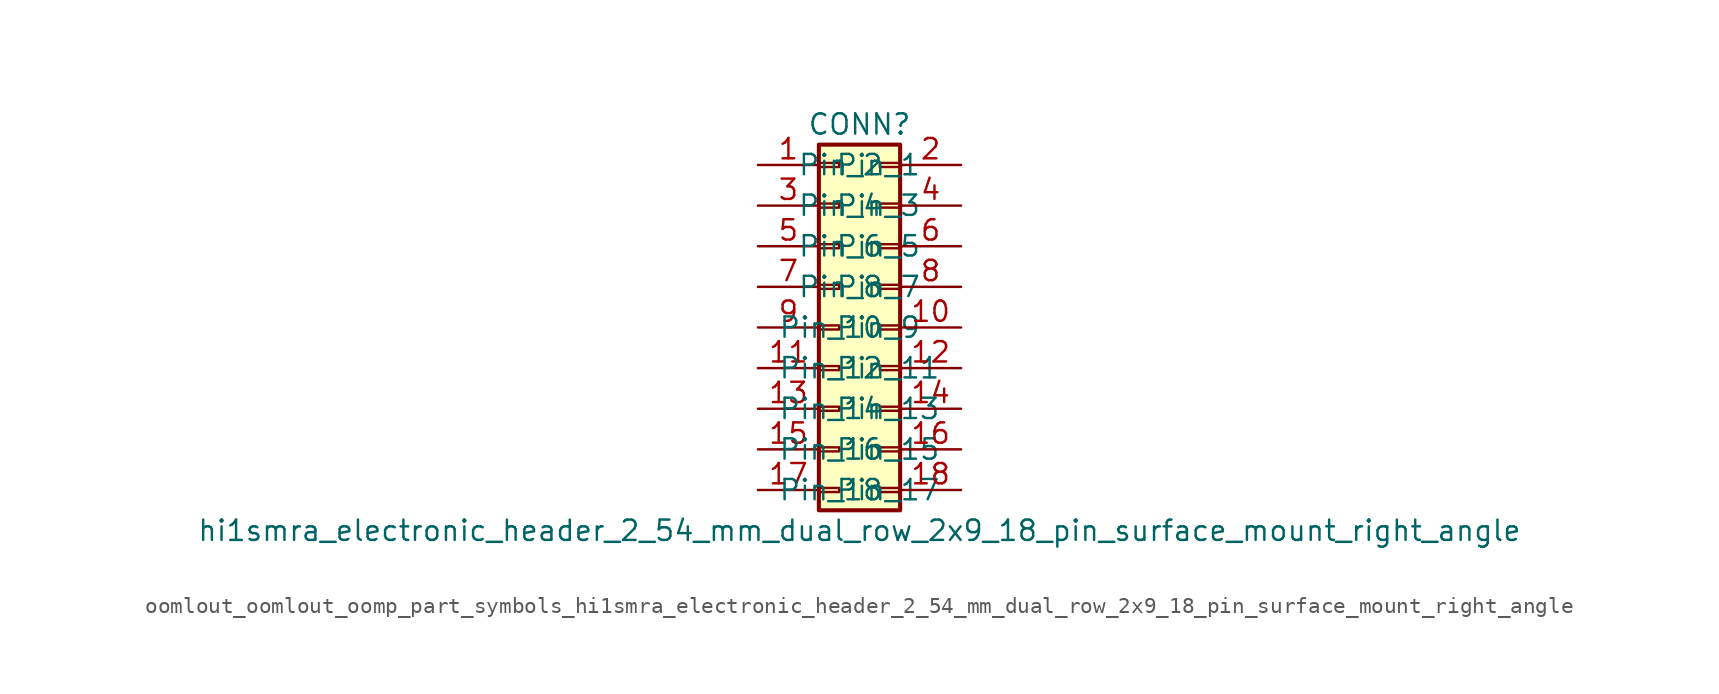
<source format=kicad_sym>
(kicad_symbol_lib
  (version 20220914)
  (generator kicad_symbol_editor)
  (symbol "oomlout_oomlout_oomp_part_symbols_hi1smra_electronic_header_2_54_mm_dual_row_2x9_18_pin_surface_mount_right_angle"
    (pin_names
      (offset 1.016))
    (property "Reference" "CONN"
      (at 1.27 12.7 0)
      (effects (font (size 1.27 1.27))))
    (property "Value" "hi1smra_electronic_header_2_54_mm_dual_row_2x9_18_pin_surface_mount_right_angle"
      (at 1.27 -12.7 0)
      (effects (font (size 1.27 1.27))))
    (symbol "oomlout_oomlout_oomp_part_symbols_hi1smra_electronic_header_2_54_mm_dual_row_2x9_18_pin_surface_mount_right_angle_1_1"
      (rectangle (start -1.27 -10.033) (end 0 -10.287) (stroke (width 0.152) (type default)) (fill (type none)))
      (rectangle (start -1.27 -7.493) (end 0 -7.747) (stroke (width 0.152) (type default)) (fill (type none)))
      (rectangle (start -1.27 -4.953) (end 0 -5.207) (stroke (width 0.152) (type default)) (fill (type none)))
      (rectangle (start -1.27 -2.413) (end 0 -2.667) (stroke (width 0.152) (type default)) (fill (type none)))
      (rectangle (start -1.27 0.127) (end 0 -0.127) (stroke (width 0.152) (type default)) (fill (type none)))
      (rectangle (start -1.27 2.667) (end 0 2.413) (stroke (width 0.152) (type default)) (fill (type none)))
      (rectangle (start -1.27 5.207) (end 0 4.953) (stroke (width 0.152) (type default)) (fill (type none)))
      (rectangle (start -1.27 7.747) (end 0 7.493) (stroke (width 0.152) (type default)) (fill (type none)))
      (rectangle (start -1.27 10.287) (end 0 10.033) (stroke (width 0.152) (type default)) (fill (type none)))
      (rectangle (start -1.27 11.43) (end 3.81 -11.43) (stroke (width 0.254) (type default)) (fill (type background)))
      (rectangle (start 3.81 -10.033) (end 2.54 -10.287) (stroke (width 0.152) (type default)) (fill (type none)))
      (rectangle (start 3.81 -7.493) (end 2.54 -7.747) (stroke (width 0.152) (type default)) (fill (type none)))
      (rectangle (start 3.81 -4.953) (end 2.54 -5.207) (stroke (width 0.152) (type default)) (fill (type none)))
      (rectangle (start 3.81 -2.413) (end 2.54 -2.667) (stroke (width 0.152) (type default)) (fill (type none)))
      (rectangle (start 3.81 0.127) (end 2.54 -0.127) (stroke (width 0.152) (type default)) (fill (type none)))
      (rectangle (start 3.81 2.667) (end 2.54 2.413) (stroke (width 0.152) (type default)) (fill (type none)))
      (rectangle (start 3.81 5.207) (end 2.54 4.953) (stroke (width 0.152) (type default)) (fill (type none)))
      (rectangle (start 3.81 7.747) (end 2.54 7.493) (stroke (width 0.152) (type default)) (fill (type none)))
      (rectangle (start 3.81 10.287) (end 2.54 10.033) (stroke (width 0.152) (type default)) (fill (type none)))
      (pin passive line (at -5.08 10.16 0) (length 3.81) (name "Pin_1" (effects (font (size 1.27 1.27)))) (number "1" (effects (font (size 1.27 1.27)))))
      (pin passive line (at 7.62 0 180) (length 3.81) (name "Pin_10" (effects (font (size 1.27 1.27)))) (number "10" (effects (font (size 1.27 1.27)))))
      (pin passive line (at -5.08 -2.54 0) (length 3.81) (name "Pin_11" (effects (font (size 1.27 1.27)))) (number "11" (effects (font (size 1.27 1.27)))))
      (pin passive line (at 7.62 -2.54 180) (length 3.81) (name "Pin_12" (effects (font (size 1.27 1.27)))) (number "12" (effects (font (size 1.27 1.27)))))
      (pin passive line (at -5.08 -5.08 0) (length 3.81) (name "Pin_13" (effects (font (size 1.27 1.27)))) (number "13" (effects (font (size 1.27 1.27)))))
      (pin passive line (at 7.62 -5.08 180) (length 3.81) (name "Pin_14" (effects (font (size 1.27 1.27)))) (number "14" (effects (font (size 1.27 1.27)))))
      (pin passive line (at -5.08 -7.62 0) (length 3.81) (name "Pin_15" (effects (font (size 1.27 1.27)))) (number "15" (effects (font (size 1.27 1.27)))))
      (pin passive line (at 7.62 -7.62 180) (length 3.81) (name "Pin_16" (effects (font (size 1.27 1.27)))) (number "16" (effects (font (size 1.27 1.27)))))
      (pin passive line (at -5.08 -10.16 0) (length 3.81) (name "Pin_17" (effects (font (size 1.27 1.27)))) (number "17" (effects (font (size 1.27 1.27)))))
      (pin passive line (at 7.62 -10.16 180) (length 3.81) (name "Pin_18" (effects (font (size 1.27 1.27)))) (number "18" (effects (font (size 1.27 1.27)))))
      (pin passive line (at 7.62 10.16 180) (length 3.81) (name "Pin_2" (effects (font (size 1.27 1.27)))) (number "2" (effects (font (size 1.27 1.27)))))
      (pin passive line (at -5.08 7.62 0) (length 3.81) (name "Pin_3" (effects (font (size 1.27 1.27)))) (number "3" (effects (font (size 1.27 1.27)))))
      (pin passive line (at 7.62 7.62 180) (length 3.81) (name "Pin_4" (effects (font (size 1.27 1.27)))) (number "4" (effects (font (size 1.27 1.27)))))
      (pin passive line (at -5.08 5.08 0) (length 3.81) (name "Pin_5" (effects (font (size 1.27 1.27)))) (number "5" (effects (font (size 1.27 1.27)))))
      (pin passive line (at 7.62 5.08 180) (length 3.81) (name "Pin_6" (effects (font (size 1.27 1.27)))) (number "6" (effects (font (size 1.27 1.27)))))
      (pin passive line (at -5.08 2.54 0) (length 3.81) (name "Pin_7" (effects (font (size 1.27 1.27)))) (number "7" (effects (font (size 1.27 1.27)))))
      (pin passive line (at 7.62 2.54 180) (length 3.81) (name "Pin_8" (effects (font (size 1.27 1.27)))) (number "8" (effects (font (size 1.27 1.27)))))
      (pin passive line (at -5.08 0 0) (length 3.81) (name "Pin_9" (effects (font (size 1.27 1.27)))) (number "9" (effects (font (size 1.27 1.27))))))))
</source>
